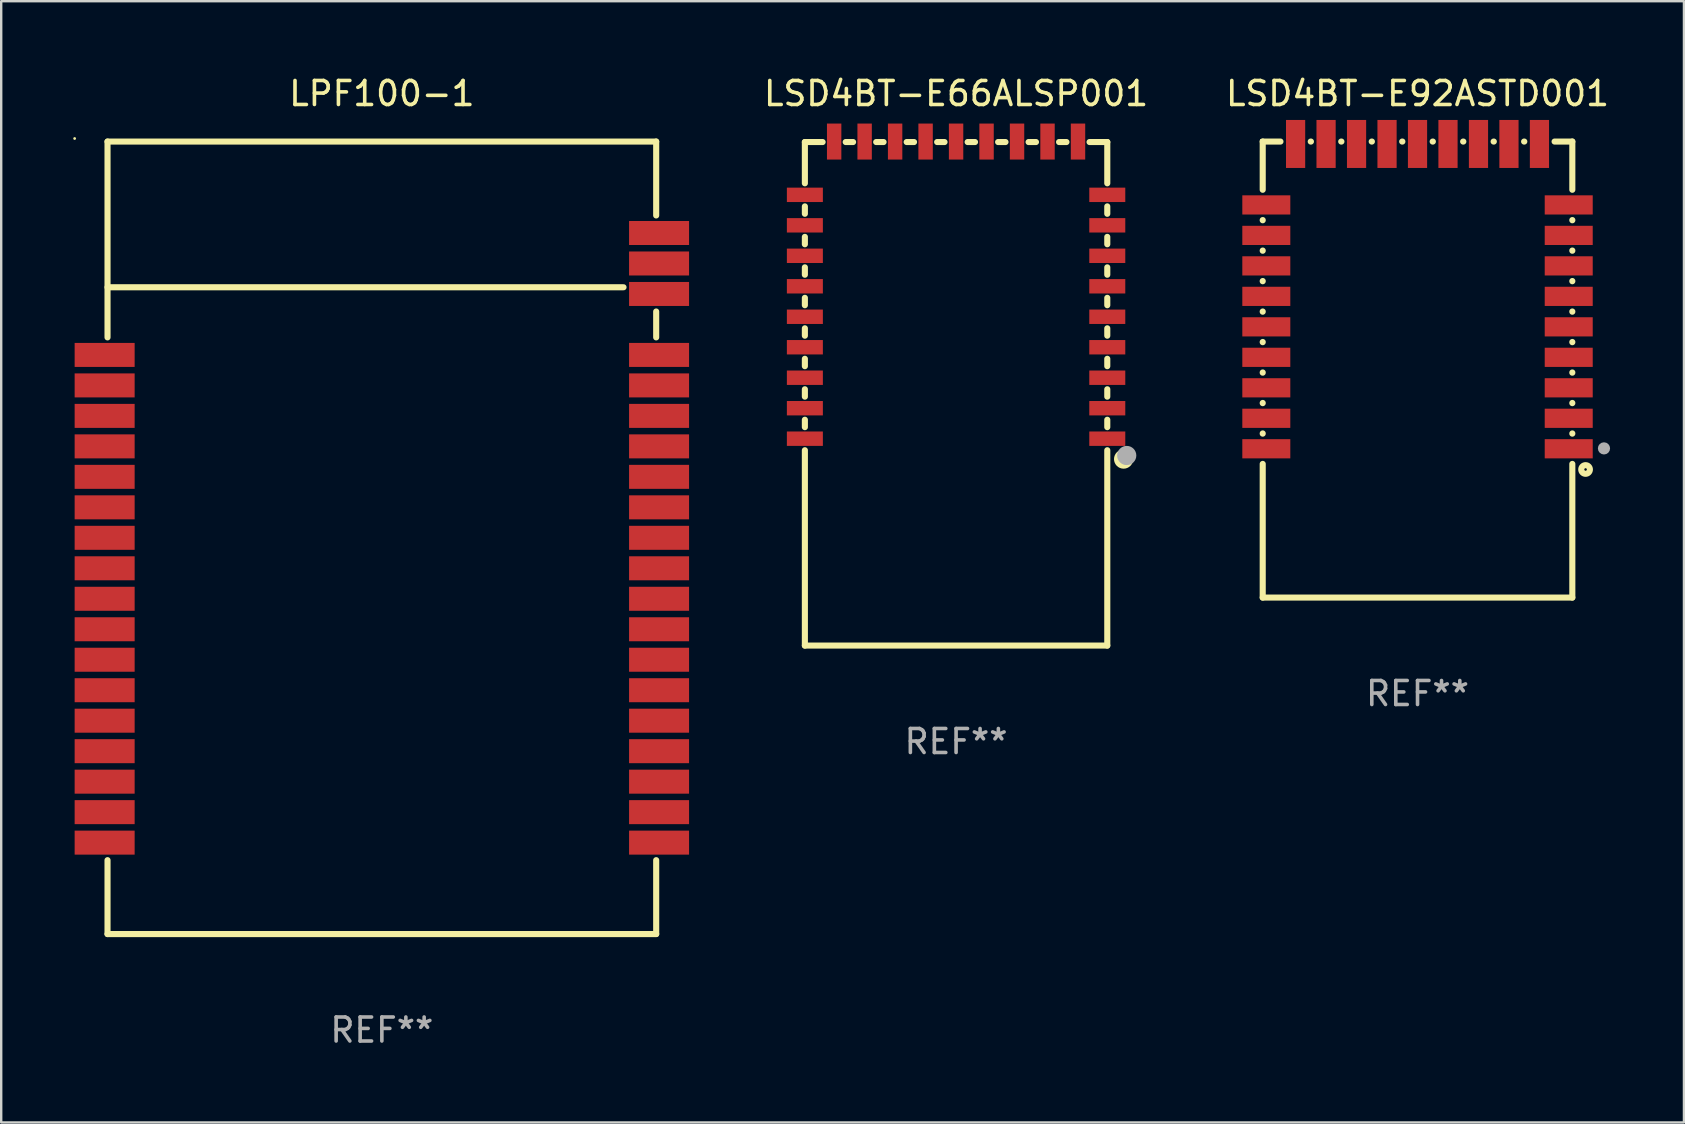
<source format=kicad_pcb>
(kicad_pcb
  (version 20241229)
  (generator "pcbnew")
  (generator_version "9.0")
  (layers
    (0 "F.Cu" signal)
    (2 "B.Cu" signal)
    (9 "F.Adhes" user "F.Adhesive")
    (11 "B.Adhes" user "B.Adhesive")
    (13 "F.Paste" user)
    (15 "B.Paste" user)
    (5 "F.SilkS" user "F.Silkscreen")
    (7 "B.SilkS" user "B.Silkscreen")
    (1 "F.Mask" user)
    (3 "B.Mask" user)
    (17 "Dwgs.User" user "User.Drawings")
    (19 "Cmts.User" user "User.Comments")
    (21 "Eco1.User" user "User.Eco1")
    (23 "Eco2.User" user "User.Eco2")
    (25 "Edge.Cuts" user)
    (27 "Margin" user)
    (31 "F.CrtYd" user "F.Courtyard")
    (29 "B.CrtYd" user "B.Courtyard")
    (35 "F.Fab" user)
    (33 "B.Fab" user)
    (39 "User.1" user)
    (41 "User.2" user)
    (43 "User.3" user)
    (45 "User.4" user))
  (footprint "LSD4BT-E92ASTD001"
    (layer "F.Cu")
    (at 56.011 12.348)
    (property "Reference" "LSD4BT-E92ASTD001" (at 0 -11.5 0) (layer "F.SilkS") (effects (font (size 1 1) (thickness 0.15))))
    (attr through_hole)
    (fp_line (start -6.45 -7.491) (end -6.45 -9.5) (stroke (width 0.254) (type solid)) (layer "F.SilkS"))
    (fp_line (start -6.45 -6.221) (end -6.45 -6.229) (stroke (width 0.254) (type solid)) (layer "F.SilkS"))
    (fp_line (start -6.45 -4.951) (end -6.45 -4.959) (stroke (width 0.254) (type solid)) (layer "F.SilkS"))
    (fp_line (start -6.45 -3.681) (end -6.45 -3.689) (stroke (width 0.254) (type solid)) (layer "F.SilkS"))
    (fp_line (start -6.45 -2.411) (end -6.45 -2.419) (stroke (width 0.254) (type solid)) (layer "F.SilkS"))
    (fp_line (start -6.45 -1.141) (end -6.45 -1.149) (stroke (width 0.254) (type solid)) (layer "F.SilkS"))
    (fp_line (start -6.45 0.129) (end -6.45 0.121) (stroke (width 0.254) (type solid)) (layer "F.SilkS"))
    (fp_line (start -6.45 1.399) (end -6.45 1.391) (stroke (width 0.254) (type solid)) (layer "F.SilkS"))
    (fp_line (start -6.45 2.669) (end -6.45 2.661) (stroke (width 0.254) (type solid)) (layer "F.SilkS"))
    (fp_line (start -6.45 9.5) (end -6.45 3.931) (stroke (width 0.254) (type solid)) (layer "F.SilkS"))
    (fp_line (start -5.711 -9.5) (end -6.45 -9.5) (stroke (width 0.254) (type solid)) (layer "F.SilkS"))
    (fp_line (start -4.441 -9.5) (end -4.449 -9.5) (stroke (width 0.254) (type solid)) (layer "F.SilkS"))
    (fp_line (start -3.171 -9.5) (end -3.179 -9.5) (stroke (width 0.254) (type solid)) (layer "F.SilkS"))
    (fp_line (start -1.901 -9.5) (end -1.909 -9.5) (stroke (width 0.254) (type solid)) (layer "F.SilkS"))
    (fp_line (start -0.631 -9.5) (end -0.639 -9.5) (stroke (width 0.254) (type solid)) (layer "F.SilkS"))
    (fp_line (start 0.639 -9.5) (end 0.631 -9.5) (stroke (width 0.254) (type solid)) (layer "F.SilkS"))
    (fp_line (start 1.909 -9.5) (end 1.901 -9.5) (stroke (width 0.254) (type solid)) (layer "F.SilkS"))
    (fp_line (start 3.179 -9.5) (end 3.171 -9.5) (stroke (width 0.254) (type solid)) (layer "F.SilkS"))
    (fp_line (start 4.449 -9.5) (end 4.441 -9.5) (stroke (width 0.254) (type solid)) (layer "F.SilkS"))
    (fp_line (start 6.45 -9.5) (end 5.711 -9.5) (stroke (width 0.254) (type solid)) (layer "F.SilkS"))
    (fp_line (start 6.45 -9.5) (end 6.45 -7.491) (stroke (width 0.254) (type solid)) (layer "F.SilkS"))
    (fp_line (start 6.45 -6.229) (end 6.45 -6.221) (stroke (width 0.254) (type solid)) (layer "F.SilkS"))
    (fp_line (start 6.45 -4.959) (end 6.45 -4.951) (stroke (width 0.254) (type solid)) (layer "F.SilkS"))
    (fp_line (start 6.45 -3.689) (end 6.45 -3.681) (stroke (width 0.254) (type solid)) (layer "F.SilkS"))
    (fp_line (start 6.45 -2.419) (end 6.45 -2.411) (stroke (width 0.254) (type solid)) (layer "F.SilkS"))
    (fp_line (start 6.45 -1.149) (end 6.45 -1.141) (stroke (width 0.254) (type solid)) (layer "F.SilkS"))
    (fp_line (start 6.45 0.121) (end 6.45 0.129) (stroke (width 0.254) (type solid)) (layer "F.SilkS"))
    (fp_line (start 6.45 1.391) (end 6.45 1.399) (stroke (width 0.254) (type solid)) (layer "F.SilkS"))
    (fp_line (start 6.45 2.661) (end 6.45 2.669) (stroke (width 0.254) (type solid)) (layer "F.SilkS"))
    (fp_line (start 6.45 3.931) (end 6.45 9.5) (stroke (width 0.254) (type solid)) (layer "F.SilkS"))
    (fp_line (start 6.45 9.5) (end -6.45 9.5) (stroke (width 0.254) (type solid)) (layer "F.SilkS"))
    (fp_circle (center -6.51 -9.55) (end -6.48 -9.55) (stroke (width 0.06) (type solid)) (fill no) (layer "F.SilkS"))
    (fp_circle (center 6.4 9.45) (end 6.43 9.45) (stroke (width 0.06) (type solid)) (fill no) (layer "F.SilkS"))
    (fp_circle (center 7.002 4.163) (end 7.182 4.163) (stroke (width 0.254) (type solid)) (fill no) (layer "F.SilkS"))
    (fp_circle (center 7.769 3.284) (end 7.896 3.284) (stroke (width 0.254) (type solid)) (fill no) (layer "F.Fab"))
    (fp_text user "REF**" (at 0 13.5 0) (layer "F.Fab") (effects (font (size 1 1) (thickness 0.15))))
    (pad "1" smd rect (at 6.3 3.3 180) (size 2 0.8) (layers "F.Cu" "F.Mask" "F.Paste"))
    (pad "2" smd rect (at 6.3 2.03 180) (size 2 0.8) (layers "F.Cu" "F.Mask" "F.Paste"))
    (pad "3" smd rect (at 6.3 0.76 180) (size 2 0.8) (layers "F.Cu" "F.Mask" "F.Paste"))
    (pad "4" smd rect (at 6.3 -0.51 180) (size 2 0.8) (layers "F.Cu" "F.Mask" "F.Paste"))
    (pad "5" smd rect (at 6.3 -1.78 180) (size 2 0.8) (layers "F.Cu" "F.Mask" "F.Paste"))
    (pad "6" smd rect (at 6.3 -3.05 180) (size 2 0.8) (layers "F.Cu" "F.Mask" "F.Paste"))
    (pad "7" smd rect (at 6.3 -4.32 180) (size 2 0.8) (layers "F.Cu" "F.Mask" "F.Paste"))
    (pad "8" smd rect (at 6.3 -5.59 180) (size 2 0.8) (layers "F.Cu" "F.Mask" "F.Paste"))
    (pad "9" smd rect (at 6.3 -6.86 180) (size 2 0.8) (layers "F.Cu" "F.Mask" "F.Paste"))
    (pad "10" smd rect (at 5.08 -9.4 270) (size 2 0.8) (layers "F.Cu" "F.Mask" "F.Paste"))
    (pad "11" smd rect (at 3.81 -9.4 270) (size 2 0.8) (layers "F.Cu" "F.Mask" "F.Paste"))
    (pad "12" smd rect (at 2.54 -9.4 270) (size 2 0.8) (layers "F.Cu" "F.Mask" "F.Paste"))
    (pad "13" smd rect (at 1.27 -9.4 270) (size 2 0.8) (layers "F.Cu" "F.Mask" "F.Paste"))
    (pad "14" smd rect (at -0.000102 -9.4 270) (size 2 0.8) (layers "F.Cu" "F.Mask" "F.Paste"))
    (pad "15" smd rect (at -1.27 -9.4 270) (size 2 0.8) (layers "F.Cu" "F.Mask" "F.Paste"))
    (pad "16" smd rect (at -2.54 -9.4 270) (size 2 0.8) (layers "F.Cu" "F.Mask" "F.Paste"))
    (pad "17" smd rect (at -3.81 -9.4 270) (size 2 0.8) (layers "F.Cu" "F.Mask" "F.Paste"))
    (pad "18" smd rect (at -5.08 -9.4 270) (size 2 0.8) (layers "F.Cu" "F.Mask" "F.Paste"))
    (pad "19" smd rect (at -6.3 -6.86) (size 2 0.8) (layers "F.Cu" "F.Mask" "F.Paste"))
    (pad "20" smd rect (at -6.3 -5.59) (size 2 0.8) (layers "F.Cu" "F.Mask" "F.Paste"))
    (pad "21" smd rect (at -6.3 -4.32) (size 2 0.8) (layers "F.Cu" "F.Mask" "F.Paste"))
    (pad "22" smd rect (at -6.3 -3.05) (size 2 0.8) (layers "F.Cu" "F.Mask" "F.Paste"))
    (pad "23" smd rect (at -6.3 -1.78) (size 2 0.8) (layers "F.Cu" "F.Mask" "F.Paste"))
    (pad "24" smd rect (at -6.3 -0.51) (size 2 0.8) (layers "F.Cu" "F.Mask" "F.Paste"))
    (pad "25" smd rect (at -6.3 0.76) (size 2 0.8) (layers "F.Cu" "F.Mask" "F.Paste"))
    (pad "26" smd rect (at -6.3 2.03) (size 2 0.8) (layers "F.Cu" "F.Mask" "F.Paste"))
    (pad "27" smd rect (at -6.3 3.3) (size 2 0.8) (layers "F.Cu" "F.Mask" "F.Paste")))
  (footprint "LSD4BT-E66ALSP001"
    (layer "F.Cu")
    (at 36.785 13.348)
    (property "Reference" "LSD4BT-E66ALSP001" (at 0 -12.5 0) (layer "F.SilkS") (effects (font (size 1 1) (thickness 0.15))))
    (attr through_hole)
    (fp_line (start -6.3 -10.48) (end -6.3 -8.761) (stroke (width 0.254) (type solid)) (layer "F.SilkS"))
    (fp_line (start -6.3 -7.799) (end -6.3 -7.491) (stroke (width 0.254) (type solid)) (layer "F.SilkS"))
    (fp_line (start -6.3 -6.529) (end -6.3 -6.221) (stroke (width 0.254) (type solid)) (layer "F.SilkS"))
    (fp_line (start -6.3 -5.259) (end -6.3 -4.951) (stroke (width 0.254) (type solid)) (layer "F.SilkS"))
    (fp_line (start -6.3 -3.989) (end -6.3 -3.681) (stroke (width 0.254) (type solid)) (layer "F.SilkS"))
    (fp_line (start -6.3 -2.719) (end -6.3 -2.411) (stroke (width 0.254) (type solid)) (layer "F.SilkS"))
    (fp_line (start -6.3 -1.449) (end -6.3 -1.141) (stroke (width 0.254) (type solid)) (layer "F.SilkS"))
    (fp_line (start -6.3 -0.179) (end -6.3 0.129) (stroke (width 0.254) (type solid)) (layer "F.SilkS"))
    (fp_line (start -6.3 1.091) (end -6.3 1.399) (stroke (width 0.254) (type solid)) (layer "F.SilkS"))
    (fp_line (start -6.3 2.361) (end -6.3 10.5) (stroke (width 0.254) (type solid)) (layer "F.SilkS"))
    (fp_line (start -6.3 10.5) (end 6.3 10.5) (stroke (width 0.254) (type solid)) (layer "F.SilkS"))
    (fp_line (start -5.561 -10.48) (end -6.3 -10.48) (stroke (width 0.254) (type solid)) (layer "F.SilkS"))
    (fp_line (start -4.291 -10.48) (end -4.599 -10.48) (stroke (width 0.254) (type solid)) (layer "F.SilkS"))
    (fp_line (start -3.021 -10.48) (end -3.329 -10.48) (stroke (width 0.254) (type solid)) (layer "F.SilkS"))
    (fp_line (start -1.751 -10.48) (end -2.059 -10.48) (stroke (width 0.254) (type solid)) (layer "F.SilkS"))
    (fp_line (start -0.481 -10.48) (end -0.789 -10.48) (stroke (width 0.254) (type solid)) (layer "F.SilkS"))
    (fp_line (start 0.789 -10.48) (end 0.481 -10.48) (stroke (width 0.254) (type solid)) (layer "F.SilkS"))
    (fp_line (start 2.059 -10.48) (end 1.751 -10.48) (stroke (width 0.254) (type solid)) (layer "F.SilkS"))
    (fp_line (start 3.329 -10.48) (end 3.021 -10.48) (stroke (width 0.254) (type solid)) (layer "F.SilkS"))
    (fp_line (start 4.599 -10.48) (end 4.291 -10.48) (stroke (width 0.254) (type solid)) (layer "F.SilkS"))
    (fp_line (start 6.3 -10.48) (end 5.561 -10.48) (stroke (width 0.254) (type solid)) (layer "F.SilkS"))
    (fp_line (start 6.3 -8.761) (end 6.3 -10.48) (stroke (width 0.254) (type solid)) (layer "F.SilkS"))
    (fp_line (start 6.3 -7.491) (end 6.3 -7.799) (stroke (width 0.254) (type solid)) (layer "F.SilkS"))
    (fp_line (start 6.3 -6.221) (end 6.3 -6.529) (stroke (width 0.254) (type solid)) (layer "F.SilkS"))
    (fp_line (start 6.3 -4.951) (end 6.3 -5.259) (stroke (width 0.254) (type solid)) (layer "F.SilkS"))
    (fp_line (start 6.3 -3.681) (end 6.3 -3.989) (stroke (width 0.254) (type solid)) (layer "F.SilkS"))
    (fp_line (start 6.3 -2.411) (end 6.3 -2.719) (stroke (width 0.254) (type solid)) (layer "F.SilkS"))
    (fp_line (start 6.3 -1.141) (end 6.3 -1.449) (stroke (width 0.254) (type solid)) (layer "F.SilkS"))
    (fp_line (start 6.3 0.129) (end 6.3 -0.179) (stroke (width 0.254) (type solid)) (layer "F.SilkS"))
    (fp_line (start 6.3 1.399) (end 6.3 1.091) (stroke (width 0.254) (type solid)) (layer "F.SilkS"))
    (fp_line (start 6.3 10.5) (end 6.3 2.361) (stroke (width 0.254) (type solid)) (layer "F.SilkS"))
    (fp_circle (center 6.3 10.54) (end 6.33 10.54) (stroke (width 0.06) (type solid)) (fill no) (layer "F.SilkS"))
    (fp_circle (center 6.98 2.73) (end 7.18 2.73) (stroke (width 0.4) (type solid)) (fill no) (layer "F.SilkS"))
    (fp_circle (center 7.11 2.58) (end 7.31 2.58) (stroke (width 0.4) (type solid)) (fill no) (layer "F.Fab"))
    (fp_text user "REF**" (at 0 14.5 0) (layer "F.Fab") (effects (font (size 1 1) (thickness 0.15))))
    (pad "1" smd rect (at 6.3 1.88 180) (size 1.5 0.6) (layers "F.Cu" "F.Mask" "F.Paste"))
    (pad "2" smd rect (at 6.3 0.61 180) (size 1.5 0.6) (layers "F.Cu" "F.Mask" "F.Paste"))
    (pad "3" smd rect (at 6.3 -0.66 180) (size 1.5 0.6) (layers "F.Cu" "F.Mask" "F.Paste"))
    (pad "4" smd rect (at 6.3 -1.93 180) (size 1.5 0.6) (layers "F.Cu" "F.Mask" "F.Paste"))
    (pad "5" smd rect (at 6.3 -3.2 180) (size 1.5 0.6) (layers "F.Cu" "F.Mask" "F.Paste"))
    (pad "6" smd rect (at 6.3 -4.47 180) (size 1.5 0.6) (layers "F.Cu" "F.Mask" "F.Paste"))
    (pad "7" smd rect (at 6.3 -5.74 180) (size 1.5 0.6) (layers "F.Cu" "F.Mask" "F.Paste"))
    (pad "8" smd rect (at 6.3 -7.01 180) (size 1.5 0.6) (layers "F.Cu" "F.Mask" "F.Paste"))
    (pad "9" smd rect (at 6.3 -8.28 180) (size 1.5 0.6) (layers "F.Cu" "F.Mask" "F.Paste"))
    (pad "10" smd rect (at 5.08 -10.5 180) (size 0.6 1.5) (layers "F.Cu" "F.Mask" "F.Paste"))
    (pad "11" smd rect (at 3.81 -10.5 180) (size 0.6 1.5) (layers "F.Cu" "F.Mask" "F.Paste"))
    (pad "12" smd rect (at 2.54 -10.5 180) (size 0.6 1.5) (layers "F.Cu" "F.Mask" "F.Paste"))
    (pad "13" smd rect (at 1.27 -10.5 180) (size 0.6 1.5) (layers "F.Cu" "F.Mask" "F.Paste"))
    (pad "14" smd rect (at 0.000038 -10.5 180) (size 0.6 1.5) (layers "F.Cu" "F.Mask" "F.Paste"))
    (pad "15" smd rect (at -1.27 -10.5 180) (size 0.6 1.5) (layers "F.Cu" "F.Mask" "F.Paste"))
    (pad "16" smd rect (at -2.54 -10.5 180) (size 0.6 1.5) (layers "F.Cu" "F.Mask" "F.Paste"))
    (pad "17" smd rect (at -3.81 -10.5 180) (size 0.6 1.5) (layers "F.Cu" "F.Mask" "F.Paste"))
    (pad "18" smd rect (at -5.08 -10.5 180) (size 0.6 1.5) (layers "F.Cu" "F.Mask" "F.Paste"))
    (pad "19" smd rect (at -6.3 -8.28 180) (size 1.5 0.6) (layers "F.Cu" "F.Mask" "F.Paste"))
    (pad "20" smd rect (at -6.3 -7.01 180) (size 1.5 0.6) (layers "F.Cu" "F.Mask" "F.Paste"))
    (pad "21" smd rect (at -6.3 -5.74 180) (size 1.5 0.6) (layers "F.Cu" "F.Mask" "F.Paste"))
    (pad "22" smd rect (at -6.3 -4.47 180) (size 1.5 0.6) (layers "F.Cu" "F.Mask" "F.Paste"))
    (pad "23" smd rect (at -6.3 -3.2 180) (size 1.5 0.6) (layers "F.Cu" "F.Mask" "F.Paste"))
    (pad "24" smd rect (at -6.3 -1.93 180) (size 1.5 0.6) (layers "F.Cu" "F.Mask" "F.Paste"))
    (pad "25" smd rect (at -6.3 -0.66 180) (size 1.5 0.6) (layers "F.Cu" "F.Mask" "F.Paste"))
    (pad "26" smd rect (at -6.3 0.61 180) (size 1.5 0.6) (layers "F.Cu" "F.Mask" "F.Paste"))
    (pad "27" smd rect (at -6.3 1.88 180) (size 1.5 0.6) (layers "F.Cu" "F.Mask" "F.Paste")))
  (footprint "LPF100-1"
    (layer "F.Cu")
    (at 12.86 19.358)
    (property "Reference" "LPF100-1" (at 0 -18.51 0) (layer "F.SilkS") (effects (font (size 1 1) (thickness 0.15))))
    (attr through_hole)
    (fp_line (start -11.43 -16.51) (end -11.43 -8.351) (stroke (width 0.254) (type solid)) (layer "F.SilkS"))
    (fp_line (start -11.43 -10.439) (end 10.069 -10.439) (stroke (width 0.254) (type solid)) (layer "F.SilkS"))
    (fp_line (start -11.43 13.431) (end -11.43 16.51) (stroke (width 0.254) (type solid)) (layer "F.SilkS"))
    (fp_line (start -11.43 16.51) (end 11.43 16.51) (stroke (width 0.254) (type solid)) (layer "F.SilkS"))
    (fp_line (start 11.43 -16.51) (end -11.43 -16.51) (stroke (width 0.254) (type solid)) (layer "F.SilkS"))
    (fp_line (start 11.43 -13.431) (end 11.43 -16.51) (stroke (width 0.254) (type solid)) (layer "F.SilkS"))
    (fp_line (start 11.43 -8.351) (end 11.43 -9.429) (stroke (width 0.254) (type solid)) (layer "F.SilkS"))
    (fp_line (start 11.43 16.51) (end 11.43 13.431) (stroke (width 0.254) (type solid)) (layer "F.SilkS"))
    (fp_circle (center -12.8 -16.637) (end -12.77 -16.637) (stroke (width 0.06) (type solid)) (fill no) (layer "F.SilkS"))
    (fp_text user "REF**" (at 0 20.51 0) (layer "F.Fab") (effects (font (size 1 1) (thickness 0.15))))
    (pad "1" smd rect (at -11.55 -7.62) (size 2.5 1) (layers "F.Cu" "F.Mask" "F.Paste"))
    (pad "2" smd rect (at -11.55 -6.35) (size 2.5 1) (layers "F.Cu" "F.Mask" "F.Paste"))
    (pad "3" smd rect (at -11.55 -5.08) (size 2.5 1) (layers "F.Cu" "F.Mask" "F.Paste"))
    (pad "4" smd rect (at -11.55 -3.81) (size 2.5 1) (layers "F.Cu" "F.Mask" "F.Paste"))
    (pad "5" smd rect (at -11.55 -2.54) (size 2.5 1) (layers "F.Cu" "F.Mask" "F.Paste"))
    (pad "6" smd rect (at -11.55 -1.27) (size 2.5 1) (layers "F.Cu" "F.Mask" "F.Paste"))
    (pad "7" smd rect (at -11.55 0) (size 2.5 1) (layers "F.Cu" "F.Mask" "F.Paste"))
    (pad "8" smd rect (at -11.55 1.27) (size 2.5 1) (layers "F.Cu" "F.Mask" "F.Paste"))
    (pad "9" smd rect (at -11.55 2.54) (size 2.5 1) (layers "F.Cu" "F.Mask" "F.Paste"))
    (pad "10" smd rect (at -11.55 3.81) (size 2.5 1) (layers "F.Cu" "F.Mask" "F.Paste"))
    (pad "11" smd rect (at -11.55 5.08) (size 2.5 1) (layers "F.Cu" "F.Mask" "F.Paste"))
    (pad "12" smd rect (at -11.55 6.35) (size 2.5 1) (layers "F.Cu" "F.Mask" "F.Paste"))
    (pad "13" smd rect (at -11.55 7.62) (size 2.5 1) (layers "F.Cu" "F.Mask" "F.Paste"))
    (pad "14" smd rect (at -11.55 8.89) (size 2.5 1) (layers "F.Cu" "F.Mask" "F.Paste"))
    (pad "15" smd rect (at -11.55 10.16) (size 2.5 1) (layers "F.Cu" "F.Mask" "F.Paste"))
    (pad "16" smd rect (at -11.55 11.43) (size 2.5 1) (layers "F.Cu" "F.Mask" "F.Paste"))
    (pad "17" smd rect (at -11.55 12.7) (size 2.5 1) (layers "F.Cu" "F.Mask" "F.Paste"))
    (pad "18" smd rect (at 11.55 12.7) (size 2.5 1) (layers "F.Cu" "F.Mask" "F.Paste"))
    (pad "19" smd rect (at 11.55 11.43) (size 2.5 1) (layers "F.Cu" "F.Mask" "F.Paste"))
    (pad "20" smd rect (at 11.55 10.16) (size 2.5 1) (layers "F.Cu" "F.Mask" "F.Paste"))
    (pad "21" smd rect (at 11.55 8.89) (size 2.5 1) (layers "F.Cu" "F.Mask" "F.Paste"))
    (pad "22" smd rect (at 11.55 7.62) (size 2.5 1) (layers "F.Cu" "F.Mask" "F.Paste"))
    (pad "23" smd rect (at 11.55 6.35) (size 2.5 1) (layers "F.Cu" "F.Mask" "F.Paste"))
    (pad "24" smd rect (at 11.55 5.08) (size 2.5 1) (layers "F.Cu" "F.Mask" "F.Paste"))
    (pad "25" smd rect (at 11.55 3.81) (size 2.5 1) (layers "F.Cu" "F.Mask" "F.Paste"))
    (pad "26" smd rect (at 11.55 2.54) (size 2.5 1) (layers "F.Cu" "F.Mask" "F.Paste"))
    (pad "27" smd rect (at 11.55 1.27) (size 2.5 1) (layers "F.Cu" "F.Mask" "F.Paste"))
    (pad "28" smd rect (at 11.55 0) (size 2.5 1) (layers "F.Cu" "F.Mask" "F.Paste"))
    (pad "29" smd rect (at 11.55 -1.27) (size 2.5 1) (layers "F.Cu" "F.Mask" "F.Paste"))
    (pad "30" smd rect (at 11.55 -2.54) (size 2.5 1) (layers "F.Cu" "F.Mask" "F.Paste"))
    (pad "31" smd rect (at 11.55 -3.81) (size 2.5 1) (layers "F.Cu" "F.Mask" "F.Paste"))
    (pad "32" smd rect (at 11.55 -5.08) (size 2.5 1) (layers "F.Cu" "F.Mask" "F.Paste"))
    (pad "33" smd rect (at 11.55 -6.35) (size 2.5 1) (layers "F.Cu" "F.Mask" "F.Paste"))
    (pad "34" smd rect (at 11.55 -7.62) (size 2.5 1) (layers "F.Cu" "F.Mask" "F.Paste"))
    (pad "35" smd rect (at 11.55 -10.16) (size 2.5 1) (layers "F.Cu" "F.Mask" "F.Paste"))
    (pad "36" smd rect (at 11.55 -11.43) (size 2.5 1) (layers "F.Cu" "F.Mask" "F.Paste"))
    (pad "37" smd rect (at 11.55 -12.7) (size 2.5 1) (layers "F.Cu" "F.Mask" "F.Paste")))
  (gr_rect
    (start -3 -3)
    (end 67.112 43.717)
    (stroke (width 0.1) (type default))
    (fill no)
    (layer "Edge.Cuts")))
</source>
